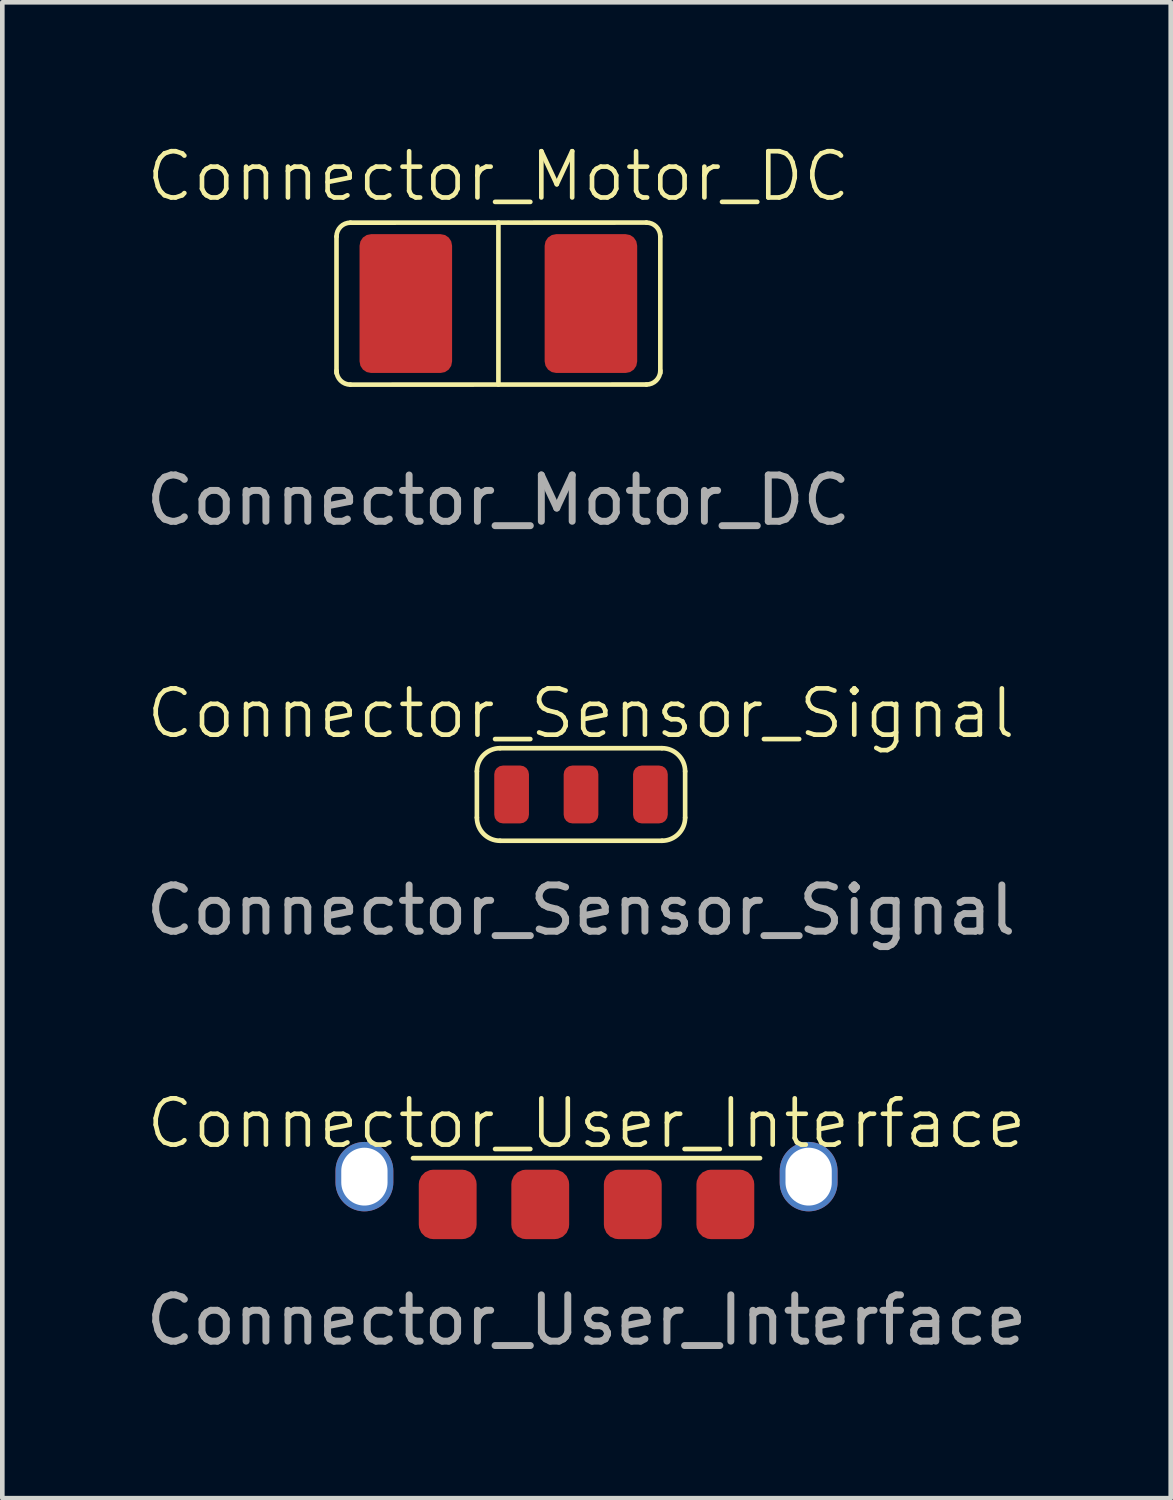
<source format=kicad_pcb>
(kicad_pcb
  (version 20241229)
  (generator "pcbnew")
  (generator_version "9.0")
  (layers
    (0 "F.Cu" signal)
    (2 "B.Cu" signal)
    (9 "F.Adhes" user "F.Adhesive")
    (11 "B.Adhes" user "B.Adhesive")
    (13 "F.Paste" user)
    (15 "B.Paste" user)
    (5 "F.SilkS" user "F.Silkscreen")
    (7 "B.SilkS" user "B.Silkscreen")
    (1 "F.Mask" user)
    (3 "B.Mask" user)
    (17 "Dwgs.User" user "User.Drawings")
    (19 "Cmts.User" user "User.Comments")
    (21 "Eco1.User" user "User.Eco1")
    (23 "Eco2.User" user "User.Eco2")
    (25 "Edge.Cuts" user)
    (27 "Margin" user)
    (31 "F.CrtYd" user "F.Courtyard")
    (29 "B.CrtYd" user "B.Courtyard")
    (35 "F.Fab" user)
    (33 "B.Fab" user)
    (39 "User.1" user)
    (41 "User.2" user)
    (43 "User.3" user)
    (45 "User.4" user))
  (footprint "Connector_Motor_DC"
    (layer "F.Cu")
    (at 7.72 3.51)
    (property "Reference" "Connector_Motor_DC" (at 0 -2.75 0) (unlocked yes) (layer "F.SilkS") (effects (font (size 1 1) (thickness 0.1))))
    (attr smd)
    (fp_line (start -3.498 -1.448) (end -3.498 1.502) (stroke (width 0.1) (type default)) (layer "F.SilkS"))
    (fp_line (start -3.198 -1.748) (end 3.2 -1.75) (stroke (width 0.1) (type default)) (layer "F.SilkS"))
    (fp_line (start 0.001 1.751) (end 0.001 -1.749) (stroke (width 0.1) (type default)) (layer "F.SilkS"))
    (fp_line (start 3.2 1.75) (end -3.198 1.752) (stroke (width 0.1) (type default)) (layer "F.SilkS"))
    (fp_line (start 3.5 -1.45) (end 3.5 1.5) (stroke (width 0.1) (type default)) (layer "F.SilkS"))
    (fp_arc (start -3.497868 -1.447868) (mid -3.41 -1.66) (end -3.197868 -1.747868) (stroke (width 0.1) (type default)) (layer "F.SilkS"))
    (fp_arc (start -3.197868 1.752132) (mid -3.41 1.664264) (end -3.497868 1.452132) (stroke (width 0.1) (type default)) (layer "F.SilkS"))
    (fp_arc (start 3.2 -1.75) (mid 3.412132 -1.662132) (end 3.5 -1.45) (stroke (width 0.1) (type default)) (layer "F.SilkS"))
    (fp_arc (start 3.5 1.45) (mid 3.412132 1.662132) (end 3.2 1.75) (stroke (width 0.1) (type default)) (layer "F.SilkS"))
    (fp_rect (start -3.5 -1.75) (end 3.5 1.75) (stroke (width 0.1) (type default)) (fill no) (layer "User.7"))
    (fp_text user "${REFERENCE}" (at 0 4.25 0) (unlocked yes) (layer "F.Fab") (effects (font (size 1 1) (thickness 0.15))))
    (pad "1" smd roundrect (at -2 0) (size 2 3) (layers "F.Cu" "F.Mask" "F.Paste") (roundrect_rratio 0.125))
    (pad "2" smd roundrect (at 2 0) (size 2 3) (layers "F.Cu" "F.Mask" "F.Paste") (roundrect_rratio 0.125)))
  (footprint "Connector_User_Interface"
    (layer "F.Cu")
    (at 9.625 22.978)
    (property "Reference" "Connector_User_Interface" (at 0 -1.75 0) (unlocked yes) (layer "F.SilkS") (effects (font (size 1 1) (thickness 0.1))))
    (attr smd)
    (fp_line (start -3.75 -1) (end 3.75 -1) (stroke (width 0.1) (type default)) (layer "F.SilkS"))
    (fp_text user "${REFERENCE}" (at 0 2.5 0) (unlocked yes) (layer "F.Fab") (effects (font (size 1 1) (thickness 0.15))))
    (pad "1" thru_hole oval (at -4.8 -0.6) (size 1.25 1.5) (drill oval 1 1.25) (layers "*.Cu" "*.Mask"))
    (pad "2" smd roundrect (at -3 0) (size 1.25 1.5) (layers "F.Cu" "F.Mask" "F.Paste") (roundrect_rratio 0.25))
    (pad "3" smd roundrect (at -1 0) (size 1.25 1.5) (layers "F.Cu" "F.Mask" "F.Paste") (roundrect_rratio 0.25))
    (pad "4" smd roundrect (at 1 0) (size 1.25 1.5) (layers "F.Cu" "F.Mask" "F.Paste") (roundrect_rratio 0.25))
    (pad "5" smd roundrect (at 3 0) (size 1.25 1.5) (layers "F.Cu" "F.Mask" "F.Paste") (roundrect_rratio 0.25))
    (pad "6" thru_hole oval (at 4.8 -0.6) (size 1.25 1.5) (drill oval 1 1.25) (layers "*.Cu" "*.Mask")))
  (footprint "Connector_Sensor_Signal"
    (layer "F.Cu")
    (at 9.506 14.119)
    (property "Reference" "Connector_Sensor_Signal" (at 0 -1.75 0) (unlocked yes) (layer "F.SilkS") (effects (font (size 1 1) (thickness 0.1))))
    (attr smd)
    (fp_line (start -2.25 -0.5) (end -2.25 0.5) (stroke (width 0.1) (type default)) (layer "F.SilkS"))
    (fp_line (start -1.75 1) (end 1.75 1) (stroke (width 0.1) (type default)) (layer "F.SilkS"))
    (fp_line (start 1.75 -1) (end -1.75 -1) (stroke (width 0.1) (type default)) (layer "F.SilkS"))
    (fp_line (start 2.25 -0.5) (end 2.25 0.5) (stroke (width 0.1) (type default)) (layer "F.SilkS"))
    (fp_arc (start -2.249999 -0.500001) (mid -2.103552 -0.853554) (end -1.749999 -1.000001) (stroke (width 0.1) (type default)) (layer "F.SilkS"))
    (fp_arc (start -1.75 1) (mid -2.103553 0.853553) (end -2.25 0.5) (stroke (width 0.1) (type default)) (layer "F.SilkS"))
    (fp_arc (start 1.75 -1.000001) (mid 2.103553 -0.853554) (end 2.25 -0.500001) (stroke (width 0.1) (type default)) (layer "F.SilkS"))
    (fp_arc (start 2.249999 0.5) (mid 2.103552 0.853553) (end 1.749999 1) (stroke (width 0.1) (type default)) (layer "F.SilkS"))
    (fp_text user "${REFERENCE}" (at 0 2.5 0) (unlocked yes) (layer "F.Fab") (effects (font (size 1 1) (thickness 0.15))))
    (pad "1" smd roundrect (at -1.5 0) (size 0.75 1.25) (layers "F.Cu" "F.Mask" "F.Paste") (roundrect_rratio 0.25))
    (pad "2" smd roundrect (at 0 0) (size 0.75 1.25) (layers "F.Cu" "F.Mask" "F.Paste") (roundrect_rratio 0.25))
    (pad "3" smd roundrect (at 1.5 0) (size 0.75 1.25) (layers "F.Cu" "F.Mask" "F.Paste") (roundrect_rratio 0.25)))
  (gr_rect
    (start -3 -3)
    (end 22.25 29.326)
    (stroke (width 0.1) (type default))
    (fill no)
    (layer "Edge.Cuts")))
</source>
